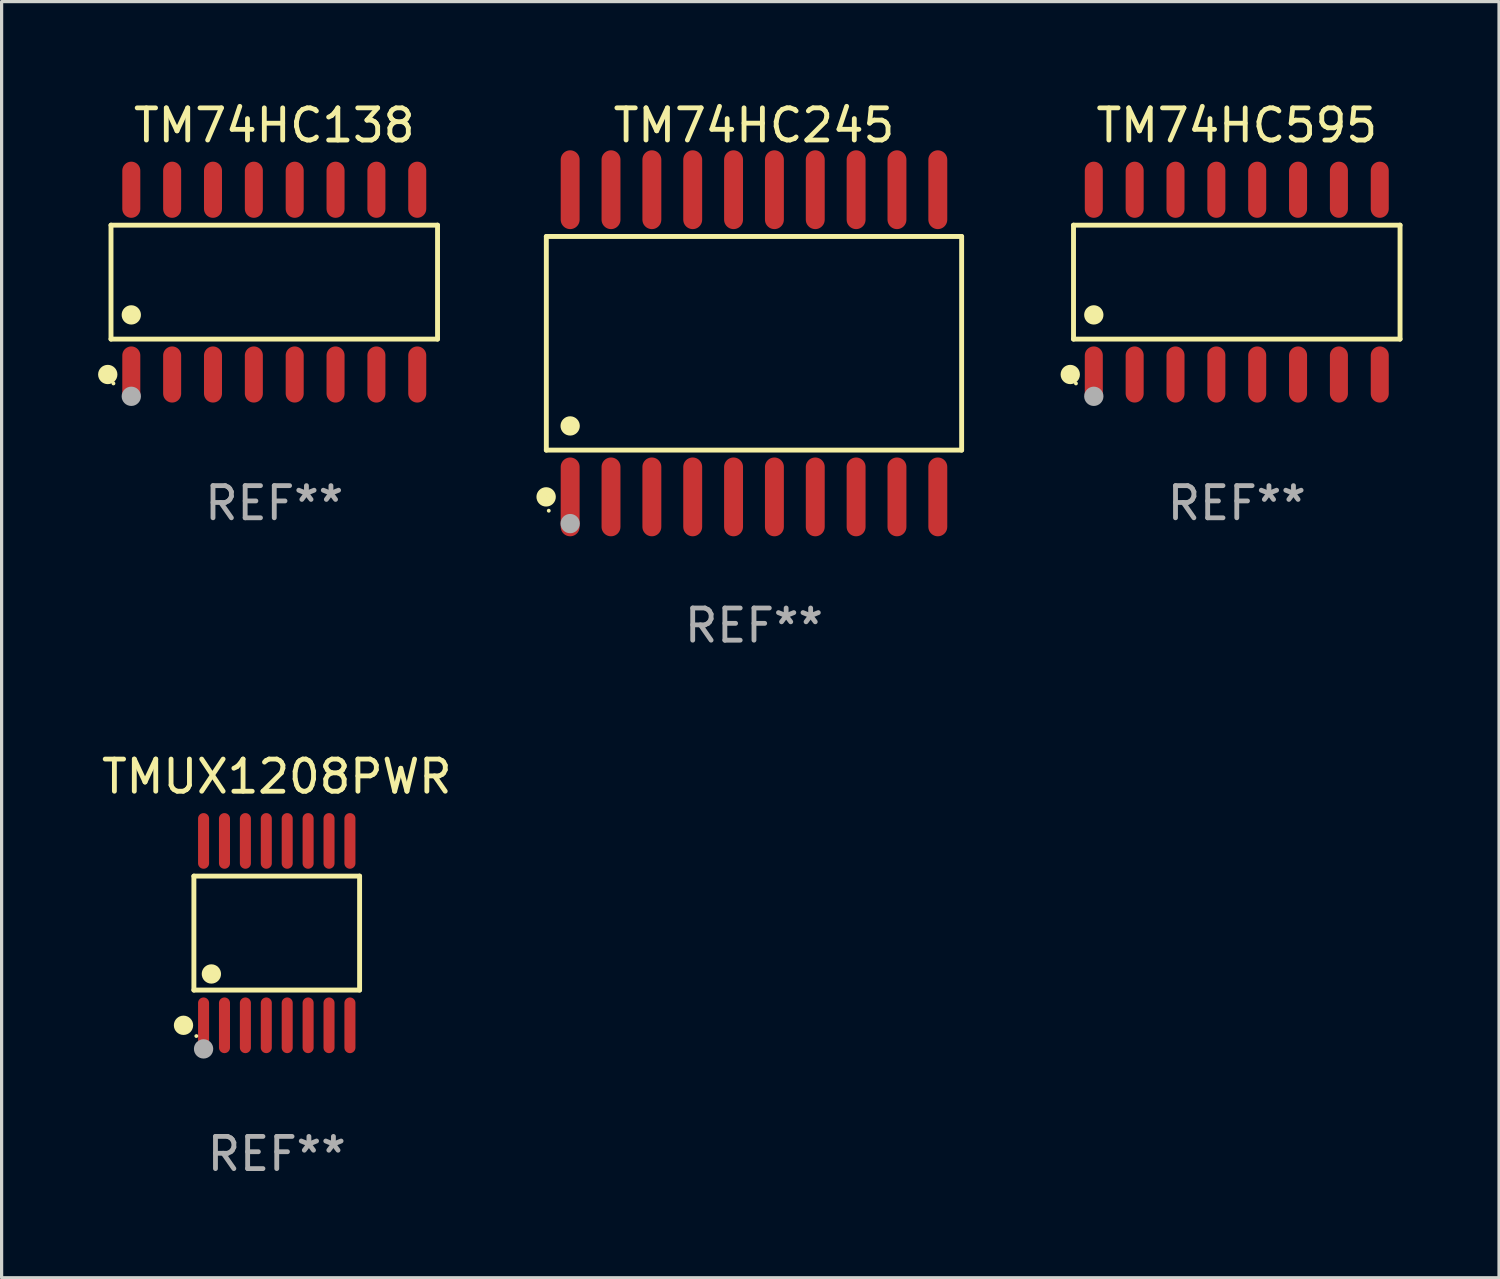
<source format=kicad_pcb>
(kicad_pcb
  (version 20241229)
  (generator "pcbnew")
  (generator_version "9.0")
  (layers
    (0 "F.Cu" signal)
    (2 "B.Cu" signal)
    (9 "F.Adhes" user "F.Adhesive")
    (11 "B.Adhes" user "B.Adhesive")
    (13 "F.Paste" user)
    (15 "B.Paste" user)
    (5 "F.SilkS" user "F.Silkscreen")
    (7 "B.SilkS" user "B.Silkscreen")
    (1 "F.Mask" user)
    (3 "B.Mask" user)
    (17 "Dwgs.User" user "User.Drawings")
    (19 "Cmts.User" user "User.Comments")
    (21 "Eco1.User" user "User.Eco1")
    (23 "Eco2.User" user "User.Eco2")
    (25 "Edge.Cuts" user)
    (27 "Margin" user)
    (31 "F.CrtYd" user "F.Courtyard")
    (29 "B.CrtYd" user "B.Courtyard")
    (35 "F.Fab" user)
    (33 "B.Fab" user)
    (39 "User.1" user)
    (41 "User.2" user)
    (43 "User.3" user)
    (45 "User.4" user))
  (footprint "TMUX1208PWR"
    (layer "F.Cu")
    (at 5.554 25.96)
    (property "Reference" "TMUX1208PWR" (at 0 -4.866 0) (layer "F.SilkS") (effects (font (size 1 1) (thickness 0.15))))
    (attr through_hole)
    (fp_line (start -2.576 -1.772) (end 2.576 -1.772) (stroke (width 0.152) (type solid)) (layer "F.SilkS"))
    (fp_line (start -2.576 1.771) (end -2.576 -1.772) (stroke (width 0.152) (type solid)) (layer "F.SilkS"))
    (fp_line (start 2.576 -1.772) (end 2.576 1.771) (stroke (width 0.152) (type solid)) (layer "F.SilkS"))
    (fp_line (start 2.576 1.771) (end -2.576 1.771) (stroke (width 0.152) (type solid)) (layer "F.SilkS"))
    (fp_circle (center -2.899 2.866) (end -2.749 2.866) (stroke (width 0.3) (type solid)) (fill no) (layer "F.SilkS"))
    (fp_circle (center -2.5 3.2) (end -2.47 3.2) (stroke (width 0.06) (type solid)) (fill no) (layer "F.SilkS"))
    (fp_circle (center -2.032 1.27) (end -1.882 1.27) (stroke (width 0.3) (type solid)) (fill no) (layer "F.SilkS"))
    (fp_circle (center -2.275 3.6) (end -2.125 3.6) (stroke (width 0.3) (type solid)) (fill no) (layer "F.Fab"))
    (fp_text user "REF**" (at 0 6.866 0) (layer "F.Fab") (effects (font (size 1 1) (thickness 0.15))))
    (pad "1" smd oval (at -2.275 2.866) (size 0.343 1.731) (layers "F.Cu" "F.Mask" "F.Paste"))
    (pad "2" smd oval (at -1.625 2.866) (size 0.343 1.731) (layers "F.Cu" "F.Mask" "F.Paste"))
    (pad "3" smd oval (at -0.975 2.866) (size 0.343 1.731) (layers "F.Cu" "F.Mask" "F.Paste"))
    (pad "4" smd oval (at -0.325 2.866) (size 0.343 1.731) (layers "F.Cu" "F.Mask" "F.Paste"))
    (pad "5" smd oval (at 0.325 2.866) (size 0.343 1.731) (layers "F.Cu" "F.Mask" "F.Paste"))
    (pad "6" smd oval (at 0.975 2.866) (size 0.343 1.731) (layers "F.Cu" "F.Mask" "F.Paste"))
    (pad "7" smd oval (at 1.625 2.866) (size 0.343 1.731) (layers "F.Cu" "F.Mask" "F.Paste"))
    (pad "8" smd oval (at 2.275 2.866) (size 0.343 1.731) (layers "F.Cu" "F.Mask" "F.Paste"))
    (pad "9" smd oval (at 2.275 -2.866) (size 0.343 1.731) (layers "F.Cu" "F.Mask" "F.Paste"))
    (pad "10" smd oval (at 1.625 -2.866) (size 0.343 1.731) (layers "F.Cu" "F.Mask" "F.Paste"))
    (pad "11" smd oval (at 0.975 -2.866) (size 0.343 1.731) (layers "F.Cu" "F.Mask" "F.Paste"))
    (pad "12" smd oval (at 0.325 -2.866) (size 0.343 1.731) (layers "F.Cu" "F.Mask" "F.Paste"))
    (pad "13" smd oval (at -0.325 -2.866) (size 0.343 1.731) (layers "F.Cu" "F.Mask" "F.Paste"))
    (pad "14" smd oval (at -0.975 -2.866) (size 0.343 1.731) (layers "F.Cu" "F.Mask" "F.Paste"))
    (pad "15" smd oval (at -1.625 -2.866) (size 0.343 1.731) (layers "F.Cu" "F.Mask" "F.Paste"))
    (pad "16" smd oval (at -2.275 -2.866) (size 0.343 1.731) (layers "F.Cu" "F.Mask" "F.Paste")))
  (footprint "TM74HC595"
    (layer "F.Cu")
    (at 35.401 5.721)
    (property "Reference" "TM74HC595" (at 0 -4.872 0) (layer "F.SilkS") (effects (font (size 1 1) (thickness 0.15))))
    (attr through_hole)
    (fp_line (start -5.076 -1.771) (end 5.076 -1.771) (stroke (width 0.152) (type solid)) (layer "F.SilkS"))
    (fp_line (start -5.076 1.771) (end -5.076 -1.771) (stroke (width 0.152) (type solid)) (layer "F.SilkS"))
    (fp_line (start 5.076 -1.771) (end 5.076 1.771) (stroke (width 0.152) (type solid)) (layer "F.SilkS"))
    (fp_line (start 5.076 1.771) (end -5.076 1.771) (stroke (width 0.152) (type solid)) (layer "F.SilkS"))
    (fp_circle (center -5.177 2.872) (end -5.027 2.872) (stroke (width 0.3) (type solid)) (fill no) (layer "F.SilkS"))
    (fp_circle (center -5 3.15) (end -4.97 3.15) (stroke (width 0.06) (type solid)) (fill no) (layer "F.SilkS"))
    (fp_circle (center -4.445 1.019) (end -4.295 1.019) (stroke (width 0.3) (type solid)) (fill no) (layer "F.SilkS"))
    (fp_circle (center -4.445 3.55) (end -4.295 3.55) (stroke (width 0.3) (type solid)) (fill no) (layer "F.Fab"))
    (fp_text user "REF**" (at 0 6.872 0) (layer "F.Fab") (effects (font (size 1 1) (thickness 0.15))))
    (pad "1" smd oval (at -4.445 2.872) (size 0.56 1.745) (layers "F.Cu" "F.Mask" "F.Paste"))
    (pad "2" smd oval (at -3.175 2.872) (size 0.56 1.745) (layers "F.Cu" "F.Mask" "F.Paste"))
    (pad "3" smd oval (at -1.905 2.872) (size 0.56 1.745) (layers "F.Cu" "F.Mask" "F.Paste"))
    (pad "4" smd oval (at -0.635 2.872) (size 0.56 1.745) (layers "F.Cu" "F.Mask" "F.Paste"))
    (pad "5" smd oval (at 0.635 2.872) (size 0.56 1.745) (layers "F.Cu" "F.Mask" "F.Paste"))
    (pad "6" smd oval (at 1.905 2.872) (size 0.56 1.745) (layers "F.Cu" "F.Mask" "F.Paste"))
    (pad "7" smd oval (at 3.175 2.872) (size 0.56 1.745) (layers "F.Cu" "F.Mask" "F.Paste"))
    (pad "8" smd oval (at 4.445 2.872) (size 0.56 1.745) (layers "F.Cu" "F.Mask" "F.Paste"))
    (pad "9" smd oval (at 4.445 -2.872) (size 0.56 1.745) (layers "F.Cu" "F.Mask" "F.Paste"))
    (pad "10" smd oval (at 3.175 -2.872) (size 0.56 1.745) (layers "F.Cu" "F.Mask" "F.Paste"))
    (pad "11" smd oval (at 1.905 -2.872) (size 0.56 1.745) (layers "F.Cu" "F.Mask" "F.Paste"))
    (pad "12" smd oval (at 0.635 -2.872) (size 0.56 1.745) (layers "F.Cu" "F.Mask" "F.Paste"))
    (pad "13" smd oval (at -0.635 -2.872) (size 0.56 1.745) (layers "F.Cu" "F.Mask" "F.Paste"))
    (pad "14" smd oval (at -1.905 -2.872) (size 0.56 1.745) (layers "F.Cu" "F.Mask" "F.Paste"))
    (pad "15" smd oval (at -3.175 -2.872) (size 0.56 1.745) (layers "F.Cu" "F.Mask" "F.Paste"))
    (pad "16" smd oval (at -4.445 -2.872) (size 0.56 1.745) (layers "F.Cu" "F.Mask" "F.Paste")))
  (footprint "TM74HC245"
    (layer "F.Cu")
    (at 20.391 7.623)
    (property "Reference" "TM74HC245" (at 0 -6.775 0) (layer "F.SilkS") (effects (font (size 1 1) (thickness 0.15))))
    (attr through_hole)
    (fp_line (start -6.456 -3.321) (end 6.456 -3.321) (stroke (width 0.152) (type solid)) (layer "F.SilkS"))
    (fp_line (start -6.456 3.321) (end -6.456 -3.321) (stroke (width 0.152) (type solid)) (layer "F.SilkS"))
    (fp_line (start 6.456 -3.321) (end 6.456 3.321) (stroke (width 0.152) (type solid)) (layer "F.SilkS"))
    (fp_line (start 6.456 3.321) (end -6.456 3.321) (stroke (width 0.152) (type solid)) (layer "F.SilkS"))
    (fp_circle (center -6.462 4.775) (end -6.311 4.775) (stroke (width 0.3) (type solid)) (fill no) (layer "F.SilkS"))
    (fp_circle (center -6.38 5.205) (end -6.35 5.205) (stroke (width 0.06) (type solid)) (fill no) (layer "F.SilkS"))
    (fp_circle (center -5.715 2.569) (end -5.565 2.569) (stroke (width 0.3) (type solid)) (fill no) (layer "F.SilkS"))
    (fp_circle (center -5.715 5.605) (end -5.565 5.605) (stroke (width 0.3) (type solid)) (fill no) (layer "F.Fab"))
    (fp_text user "REF**" (at 0 8.775 0) (layer "F.Fab") (effects (font (size 1 1) (thickness 0.15))))
    (pad "1" smd oval (at -5.715 4.775) (size 0.588 2.45) (layers "F.Cu" "F.Mask" "F.Paste"))
    (pad "2" smd oval (at -4.445 4.775) (size 0.588 2.45) (layers "F.Cu" "F.Mask" "F.Paste"))
    (pad "3" smd oval (at -3.175 4.775) (size 0.588 2.45) (layers "F.Cu" "F.Mask" "F.Paste"))
    (pad "4" smd oval (at -1.905 4.775) (size 0.588 2.45) (layers "F.Cu" "F.Mask" "F.Paste"))
    (pad "5" smd oval (at -0.635 4.775) (size 0.588 2.45) (layers "F.Cu" "F.Mask" "F.Paste"))
    (pad "6" smd oval (at 0.635 4.775) (size 0.588 2.45) (layers "F.Cu" "F.Mask" "F.Paste"))
    (pad "7" smd oval (at 1.905 4.775) (size 0.588 2.45) (layers "F.Cu" "F.Mask" "F.Paste"))
    (pad "8" smd oval (at 3.175 4.775) (size 0.588 2.45) (layers "F.Cu" "F.Mask" "F.Paste"))
    (pad "9" smd oval (at 4.445 4.775) (size 0.588 2.45) (layers "F.Cu" "F.Mask" "F.Paste"))
    (pad "10" smd oval (at 5.715 4.775) (size 0.588 2.45) (layers "F.Cu" "F.Mask" "F.Paste"))
    (pad "11" smd oval (at 5.715 -4.775) (size 0.588 2.45) (layers "F.Cu" "F.Mask" "F.Paste"))
    (pad "12" smd oval (at 4.445 -4.775) (size 0.588 2.45) (layers "F.Cu" "F.Mask" "F.Paste"))
    (pad "13" smd oval (at 3.175 -4.775) (size 0.588 2.45) (layers "F.Cu" "F.Mask" "F.Paste"))
    (pad "14" smd oval (at 1.905 -4.775) (size 0.588 2.45) (layers "F.Cu" "F.Mask" "F.Paste"))
    (pad "15" smd oval (at 0.635 -4.775) (size 0.588 2.45) (layers "F.Cu" "F.Mask" "F.Paste"))
    (pad "16" smd oval (at -0.635 -4.775) (size 0.588 2.45) (layers "F.Cu" "F.Mask" "F.Paste"))
    (pad "17" smd oval (at -1.905 -4.775) (size 0.588 2.45) (layers "F.Cu" "F.Mask" "F.Paste"))
    (pad "18" smd oval (at -3.175 -4.775) (size 0.588 2.45) (layers "F.Cu" "F.Mask" "F.Paste"))
    (pad "19" smd oval (at -4.445 -4.775) (size 0.588 2.45) (layers "F.Cu" "F.Mask" "F.Paste"))
    (pad "20" smd oval (at -5.715 -4.775) (size 0.588 2.45) (layers "F.Cu" "F.Mask" "F.Paste")))
  (footprint "TM74HC138"
    (layer "F.Cu")
    (at 5.477 5.721)
    (property "Reference" "TM74HC138" (at 0 -4.872 0) (layer "F.SilkS") (effects (font (size 1 1) (thickness 0.15))))
    (attr through_hole)
    (fp_line (start -5.076 -1.771) (end 5.076 -1.771) (stroke (width 0.152) (type solid)) (layer "F.SilkS"))
    (fp_line (start -5.076 1.771) (end -5.076 -1.771) (stroke (width 0.152) (type solid)) (layer "F.SilkS"))
    (fp_line (start 5.076 -1.771) (end 5.076 1.771) (stroke (width 0.152) (type solid)) (layer "F.SilkS"))
    (fp_line (start 5.076 1.771) (end -5.076 1.771) (stroke (width 0.152) (type solid)) (layer "F.SilkS"))
    (fp_circle (center -5.177 2.872) (end -5.027 2.872) (stroke (width 0.3) (type solid)) (fill no) (layer "F.SilkS"))
    (fp_circle (center -5 3.15) (end -4.97 3.15) (stroke (width 0.06) (type solid)) (fill no) (layer "F.SilkS"))
    (fp_circle (center -4.445 1.019) (end -4.295 1.019) (stroke (width 0.3) (type solid)) (fill no) (layer "F.SilkS"))
    (fp_circle (center -4.445 3.55) (end -4.295 3.55) (stroke (width 0.3) (type solid)) (fill no) (layer "F.Fab"))
    (fp_text user "REF**" (at 0 6.872 0) (layer "F.Fab") (effects (font (size 1 1) (thickness 0.15))))
    (pad "1" smd oval (at -4.445 2.872) (size 0.56 1.745) (layers "F.Cu" "F.Mask" "F.Paste"))
    (pad "2" smd oval (at -3.175 2.872) (size 0.56 1.745) (layers "F.Cu" "F.Mask" "F.Paste"))
    (pad "3" smd oval (at -1.905 2.872) (size 0.56 1.745) (layers "F.Cu" "F.Mask" "F.Paste"))
    (pad "4" smd oval (at -0.635 2.872) (size 0.56 1.745) (layers "F.Cu" "F.Mask" "F.Paste"))
    (pad "5" smd oval (at 0.635 2.872) (size 0.56 1.745) (layers "F.Cu" "F.Mask" "F.Paste"))
    (pad "6" smd oval (at 1.905 2.872) (size 0.56 1.745) (layers "F.Cu" "F.Mask" "F.Paste"))
    (pad "7" smd oval (at 3.175 2.872) (size 0.56 1.745) (layers "F.Cu" "F.Mask" "F.Paste"))
    (pad "8" smd oval (at 4.445 2.872) (size 0.56 1.745) (layers "F.Cu" "F.Mask" "F.Paste"))
    (pad "9" smd oval (at 4.445 -2.872) (size 0.56 1.745) (layers "F.Cu" "F.Mask" "F.Paste"))
    (pad "10" smd oval (at 3.175 -2.872) (size 0.56 1.745) (layers "F.Cu" "F.Mask" "F.Paste"))
    (pad "11" smd oval (at 1.905 -2.872) (size 0.56 1.745) (layers "F.Cu" "F.Mask" "F.Paste"))
    (pad "12" smd oval (at 0.635 -2.872) (size 0.56 1.745) (layers "F.Cu" "F.Mask" "F.Paste"))
    (pad "13" smd oval (at -0.635 -2.872) (size 0.56 1.745) (layers "F.Cu" "F.Mask" "F.Paste"))
    (pad "14" smd oval (at -1.905 -2.872) (size 0.56 1.745) (layers "F.Cu" "F.Mask" "F.Paste"))
    (pad "15" smd oval (at -3.175 -2.872) (size 0.56 1.745) (layers "F.Cu" "F.Mask" "F.Paste"))
    (pad "16" smd oval (at -4.445 -2.872) (size 0.56 1.745) (layers "F.Cu" "F.Mask" "F.Paste")))
  (gr_rect
    (start -3 -3)
    (end 43.554 36.674)
    (stroke (width 0.1) (type default))
    (fill no)
    (layer "Edge.Cuts")))
</source>
